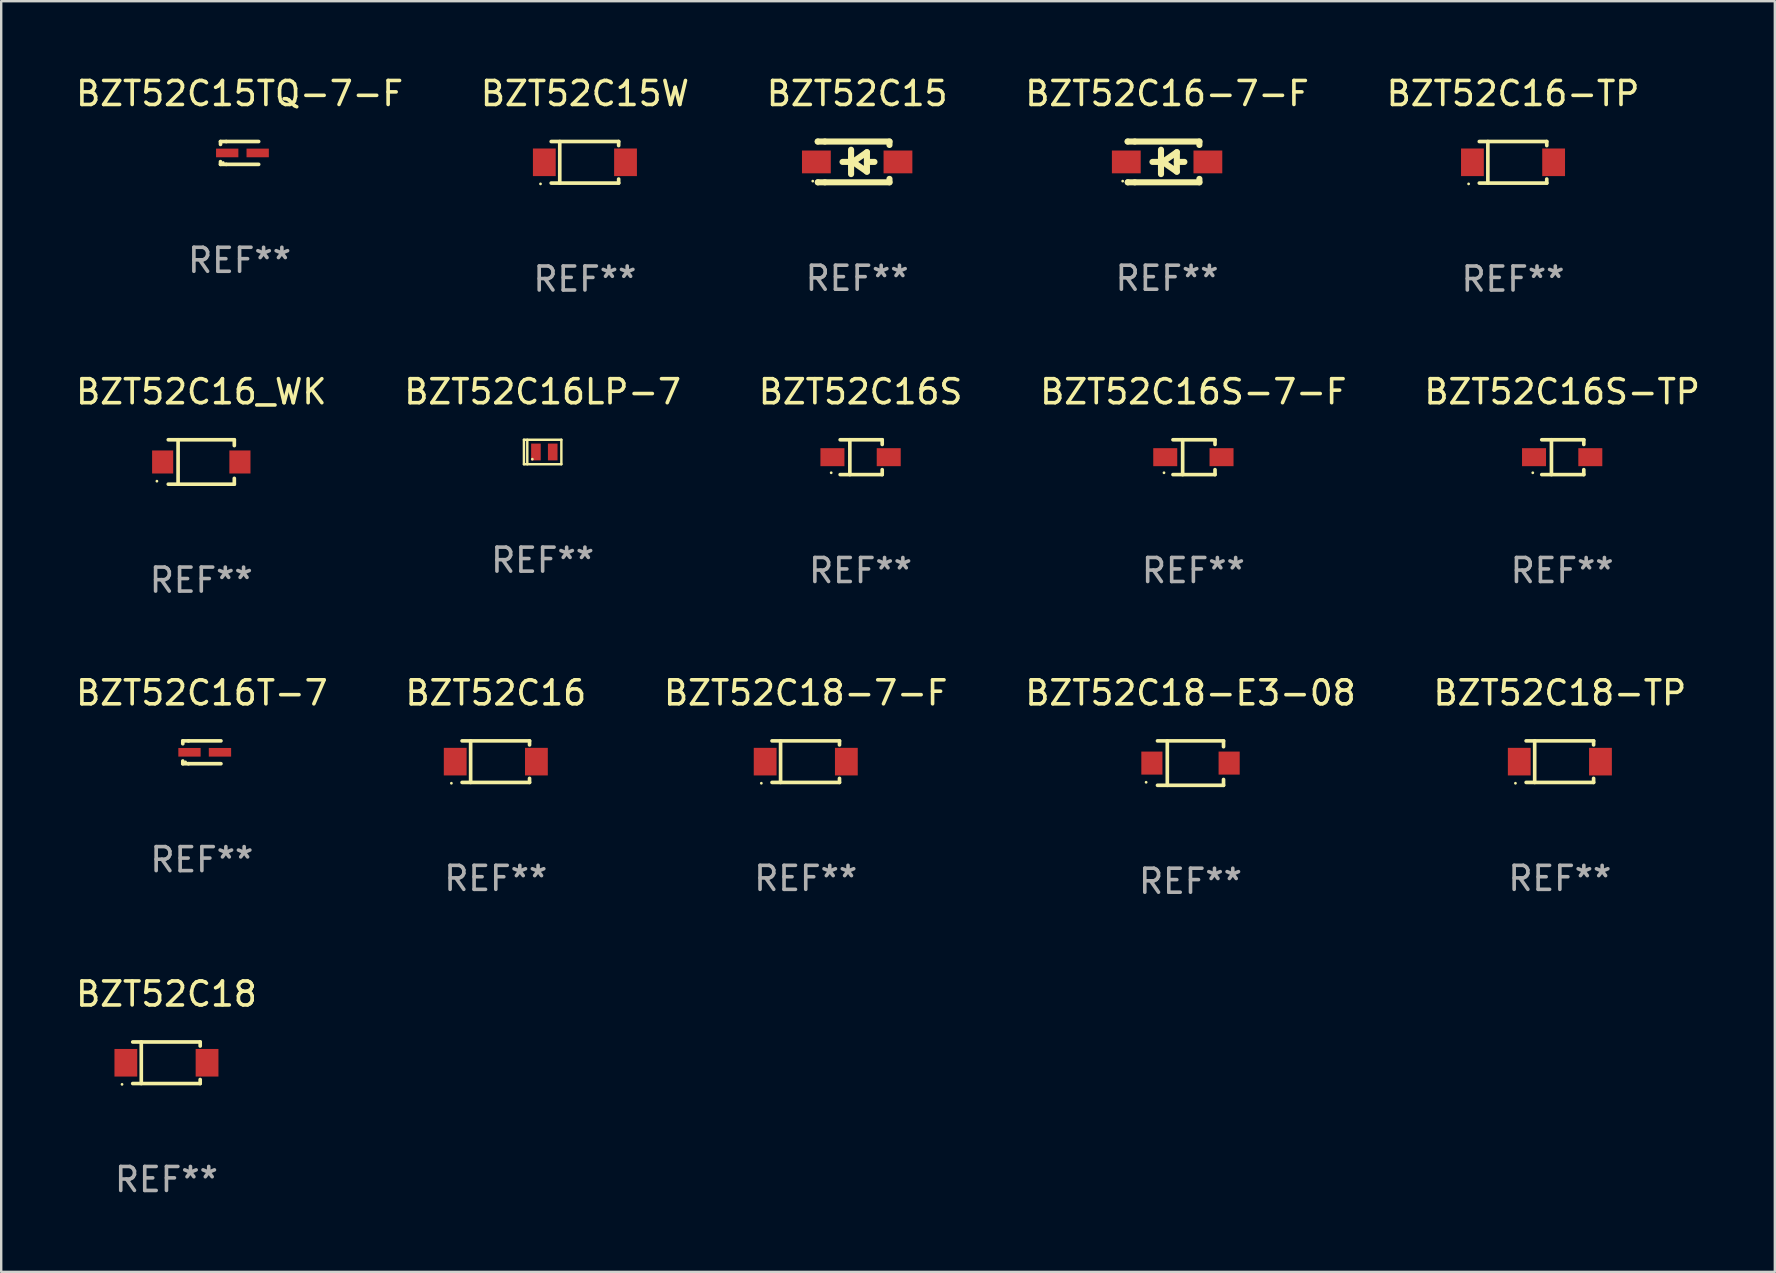
<source format=kicad_pcb>
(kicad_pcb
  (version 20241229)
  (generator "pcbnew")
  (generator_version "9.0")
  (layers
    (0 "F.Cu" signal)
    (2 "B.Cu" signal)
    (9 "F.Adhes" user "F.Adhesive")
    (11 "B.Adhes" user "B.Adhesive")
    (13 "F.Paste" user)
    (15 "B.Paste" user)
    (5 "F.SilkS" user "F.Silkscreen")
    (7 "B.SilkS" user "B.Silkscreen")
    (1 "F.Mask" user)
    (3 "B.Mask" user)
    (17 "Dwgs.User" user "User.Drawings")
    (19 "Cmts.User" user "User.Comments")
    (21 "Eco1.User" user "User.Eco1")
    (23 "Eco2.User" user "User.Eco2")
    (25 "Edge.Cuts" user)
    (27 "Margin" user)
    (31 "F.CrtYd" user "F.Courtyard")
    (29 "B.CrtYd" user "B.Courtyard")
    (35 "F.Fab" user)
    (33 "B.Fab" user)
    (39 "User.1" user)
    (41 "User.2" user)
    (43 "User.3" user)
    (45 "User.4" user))
  (footprint "BZT52C18"
    (layer "F.Cu")
    (at 3.887 41.241)
    (property "Reference" "BZT52C18" (at 0 -2.866 0) (layer "F.SilkS") (effects (font (size 1 1) (thickness 0.15))))
    (attr through_hole)
    (fp_line (start -1.406 -0.866) (end 1.406 -0.866) (stroke (width 0.152) (type solid)) (layer "F.SilkS"))
    (fp_line (start -1.406 0.866) (end 1.406 0.866) (stroke (width 0.152) (type solid)) (layer "F.SilkS"))
    (fp_line (start -1.049 -0.866) (end -1.049 0.866) (stroke (width 0.152) (type solid)) (layer "F.SilkS"))
    (fp_line (start 1.406 -0.866) (end 1.406 -0.698) (stroke (width 0.152) (type solid)) (layer "F.SilkS"))
    (fp_line (start 1.406 0.866) (end 1.406 0.698) (stroke (width 0.152) (type solid)) (layer "F.SilkS"))
    (fp_circle (center -1.851 0.9) (end -1.821 0.9) (stroke (width 0.06) (type solid)) (fill no) (layer "F.SilkS"))
    (fp_text user "REF**" (at 0 4.866 0) (layer "F.Fab") (effects (font (size 1 1) (thickness 0.15))))
    (pad "1" smd rect (at -1.692 0) (size 0.95 1.15) (layers "F.Cu" "F.Mask" "F.Paste"))
    (pad "2" smd rect (at 1.692 0) (size 0.95 1.15) (layers "F.Cu" "F.Mask" "F.Paste")))
  (footprint "BZT52C15W"
    (layer "F.Cu")
    (at 21.327 3.714)
    (property "Reference" "BZT52C15W" (at 0 -2.866 0) (layer "F.SilkS") (effects (font (size 1 1) (thickness 0.15))))
    (attr through_hole)
    (fp_line (start -1.406 -0.866) (end 1.406 -0.866) (stroke (width 0.152) (type solid)) (layer "F.SilkS"))
    (fp_line (start -1.406 0.866) (end 1.406 0.866) (stroke (width 0.152) (type solid)) (layer "F.SilkS"))
    (fp_line (start -1.049 -0.866) (end -1.049 0.866) (stroke (width 0.152) (type solid)) (layer "F.SilkS"))
    (fp_line (start 1.406 -0.866) (end 1.406 -0.698) (stroke (width 0.152) (type solid)) (layer "F.SilkS"))
    (fp_line (start 1.406 0.866) (end 1.406 0.698) (stroke (width 0.152) (type solid)) (layer "F.SilkS"))
    (fp_circle (center -1.851 0.9) (end -1.821 0.9) (stroke (width 0.06) (type solid)) (fill no) (layer "F.SilkS"))
    (fp_text user "REF**" (at 0 4.866 0) (layer "F.Fab") (effects (font (size 1 1) (thickness 0.15))))
    (pad "1" smd rect (at -1.692 0) (size 0.95 1.15) (layers "F.Cu" "F.Mask" "F.Paste"))
    (pad "2" smd rect (at 1.692 0) (size 0.95 1.15) (layers "F.Cu" "F.Mask" "F.Paste")))
  (footprint "BZT52C16S-7-F"
    (layer "F.Cu")
    (at 46.685 16.003)
    (property "Reference" "BZT52C16S-7-F" (at 0 -2.726 0) (layer "F.SilkS") (effects (font (size 1 1) (thickness 0.15))))
    (attr through_hole)
    (fp_line (start -0.851 -0.726) (end 0.901 -0.726) (stroke (width 0.152) (type solid)) (layer "F.SilkS"))
    (fp_line (start -0.851 0.726) (end 0.901 0.726) (stroke (width 0.152) (type solid)) (layer "F.SilkS"))
    (fp_line (start -0.447 -0.726) (end -0.447 0.726) (stroke (width 0.152) (type solid)) (layer "F.SilkS"))
    (fp_line (start 0.901 -0.726) (end 0.901 -0.53) (stroke (width 0.152) (type solid)) (layer "F.SilkS"))
    (fp_line (start 0.901 0.726) (end 0.901 0.52) (stroke (width 0.152) (type solid)) (layer "F.SilkS"))
    (fp_circle (center -1.225 0.65) (end -1.195 0.65) (stroke (width 0.06) (type solid)) (fill no) (layer "F.SilkS"))
    (fp_text user "REF**" (at 0 4.726 0) (layer "F.Fab") (effects (font (size 1 1) (thickness 0.15))))
    (pad "1" smd rect (at -1.173 0) (size 1 0.75) (layers "F.Cu" "F.Mask" "F.Paste"))
    (pad "2" smd rect (at 1.173 0) (size 1 0.75) (layers "F.Cu" "F.Mask" "F.Paste")))
  (footprint "BZT52C15"
    (layer "F.Cu")
    (at 32.673 3.698)
    (property "Reference" "BZT52C15" (at 0 -2.85 0) (layer "F.SilkS") (effects (font (size 1 1) (thickness 0.15))))
    (attr through_hole)
    (fp_line (start -1.643 -0.85) (end -1.644 -0.849) (stroke (width 0.254) (type solid)) (layer "F.SilkS"))
    (fp_line (start -1.638 0.85) (end -1.639 0.849) (stroke (width 0.254) (type solid)) (layer "F.SilkS"))
    (fp_line (start -1.346 -0.85) (end -1.643 -0.85) (stroke (width 0.254) (type solid)) (layer "F.SilkS"))
    (fp_line (start -1.346 -0.85) (end 1.346 -0.85) (stroke (width 0.254) (type solid)) (layer "F.SilkS"))
    (fp_line (start -1.346 0.85) (end -1.638 0.85) (stroke (width 0.254) (type solid)) (layer "F.SilkS"))
    (fp_line (start -0.28 0) (end -0.61 0) (stroke (width 0.254) (type solid)) (layer "F.SilkS"))
    (fp_line (start -0.254 -0.508) (end -0.254 0.508) (stroke (width 0.254) (type solid)) (layer "F.SilkS"))
    (fp_line (start -0.178 0) (end 0.406 -0.406) (stroke (width 0.254) (type solid)) (layer "F.SilkS"))
    (fp_line (start 0.406 -0.406) (end 0.406 0.406) (stroke (width 0.254) (type solid)) (layer "F.SilkS"))
    (fp_line (start 0.406 -0.000254) (end 0.72 -0.000254) (stroke (width 0.254) (type solid)) (layer "F.SilkS"))
    (fp_line (start 0.406 0.406) (end -0.178 0) (stroke (width 0.254) (type solid)) (layer "F.SilkS"))
    (fp_line (start 1.346 -0.85) (end 1.346 -0.706) (stroke (width 0.254) (type solid)) (layer "F.SilkS"))
    (fp_line (start 1.346 0.706) (end 1.346 0.85) (stroke (width 0.254) (type solid)) (layer "F.SilkS"))
    (fp_line (start 1.346 0.85) (end -1.346 0.85) (stroke (width 0.254) (type solid)) (layer "F.SilkS"))
    (fp_circle (center -1.85 0.8) (end -1.82 0.8) (stroke (width 0.06) (type solid)) (fill no) (layer "F.SilkS"))
    (fp_text user "REF**" (at 0 4.85 0) (layer "F.Fab") (effects (font (size 1 1) (thickness 0.15))))
    (pad "1" smd rect (at -1.7 0) (size 1.2 0.95) (layers "F.Cu" "F.Mask" "F.Paste"))
    (pad "2" smd rect (at 1.7 0) (size 1.2 0.95) (layers "F.Cu" "F.Mask" "F.Paste")))
  (footprint "BZT52C16"
    (layer "F.Cu")
    (at 17.613 28.692)
    (property "Reference" "BZT52C16" (at 0 -2.866 0) (layer "F.SilkS") (effects (font (size 1 1) (thickness 0.15))))
    (attr through_hole)
    (fp_line (start -1.406 -0.866) (end 1.406 -0.866) (stroke (width 0.152) (type solid)) (layer "F.SilkS"))
    (fp_line (start -1.406 0.866) (end 1.406 0.866) (stroke (width 0.152) (type solid)) (layer "F.SilkS"))
    (fp_line (start -1.049 -0.866) (end -1.049 0.866) (stroke (width 0.152) (type solid)) (layer "F.SilkS"))
    (fp_line (start 1.406 -0.866) (end 1.406 -0.698) (stroke (width 0.152) (type solid)) (layer "F.SilkS"))
    (fp_line (start 1.406 0.866) (end 1.406 0.698) (stroke (width 0.152) (type solid)) (layer "F.SilkS"))
    (fp_circle (center -1.851 0.9) (end -1.821 0.9) (stroke (width 0.06) (type solid)) (fill no) (layer "F.SilkS"))
    (fp_text user "REF**" (at 0 4.866 0) (layer "F.Fab") (effects (font (size 1 1) (thickness 0.15))))
    (pad "1" smd rect (at -1.692 0) (size 0.95 1.15) (layers "F.Cu" "F.Mask" "F.Paste"))
    (pad "2" smd rect (at 1.692 0) (size 0.95 1.15) (layers "F.Cu" "F.Mask" "F.Paste")))
  (footprint "BZT52C18-TP"
    (layer "F.Cu")
    (at 61.958 28.692)
    (property "Reference" "BZT52C18-TP" (at 0 -2.866 0) (layer "F.SilkS") (effects (font (size 1 1) (thickness 0.15))))
    (attr through_hole)
    (fp_line (start -1.406 -0.866) (end 1.406 -0.866) (stroke (width 0.152) (type solid)) (layer "F.SilkS"))
    (fp_line (start -1.406 0.866) (end 1.406 0.866) (stroke (width 0.152) (type solid)) (layer "F.SilkS"))
    (fp_line (start -1.049 -0.866) (end -1.049 0.866) (stroke (width 0.152) (type solid)) (layer "F.SilkS"))
    (fp_line (start 1.406 -0.866) (end 1.406 -0.698) (stroke (width 0.152) (type solid)) (layer "F.SilkS"))
    (fp_line (start 1.406 0.866) (end 1.406 0.698) (stroke (width 0.152) (type solid)) (layer "F.SilkS"))
    (fp_circle (center -1.851 0.9) (end -1.821 0.9) (stroke (width 0.06) (type solid)) (fill no) (layer "F.SilkS"))
    (fp_text user "REF**" (at 0 4.866 0) (layer "F.Fab") (effects (font (size 1 1) (thickness 0.15))))
    (pad "1" smd rect (at -1.692 0) (size 0.95 1.15) (layers "F.Cu" "F.Mask" "F.Paste"))
    (pad "2" smd rect (at 1.692 0) (size 0.95 1.15) (layers "F.Cu" "F.Mask" "F.Paste")))
  (footprint "BZT52C15TQ-7-F"
    (layer "F.Cu")
    (at 6.935 3.324)
    (property "Reference" "BZT52C15TQ-7-F" (at 0 -2.476 0) (layer "F.SilkS") (effects (font (size 1 1) (thickness 0.15))))
    (attr through_hole)
    (fp_line (start -0.795 -0.476) (end -0.795 -0.356) (stroke (width 0.152) (type solid)) (layer "F.SilkS"))
    (fp_line (start -0.795 0.363) (end -0.795 0.476) (stroke (width 0.152) (type solid)) (layer "F.SilkS"))
    (fp_line (start -0.795 0.476) (end -0.557 0.476) (stroke (width 0.152) (type solid)) (layer "F.SilkS"))
    (fp_line (start -0.557 -0.476) (end -0.795 -0.476) (stroke (width 0.152) (type solid)) (layer "F.SilkS"))
    (fp_line (start -0.557 -0.476) (end 0.795 -0.476) (stroke (width 0.152) (type solid)) (layer "F.SilkS"))
    (fp_line (start -0.557 0.476) (end 0.795 0.476) (stroke (width 0.152) (type solid)) (layer "F.SilkS"))
    (fp_circle (center -0.681 0.4) (end -0.651 0.4) (stroke (width 0.06) (type solid)) (fill no) (layer "F.SilkS"))
    (fp_text user "REF**" (at 0 4.476 0) (layer "F.Fab") (effects (font (size 1 1) (thickness 0.15))))
    (pad "1" smd rect (at -0.516 0 180) (size 0.93 0.36) (layers "F.Cu" "F.Mask" "F.Paste"))
    (pad "2" smd rect (at 0.754 0 180) (size 0.93 0.36) (layers "F.Cu" "F.Mask" "F.Paste")))
  (footprint "BZT52C16T-7"
    (layer "F.Cu")
    (at 5.363 28.302)
    (property "Reference" "BZT52C16T-7" (at 0 -2.476 0) (layer "F.SilkS") (effects (font (size 1 1) (thickness 0.15))))
    (attr through_hole)
    (fp_line (start -0.795 -0.476) (end -0.795 -0.356) (stroke (width 0.152) (type solid)) (layer "F.SilkS"))
    (fp_line (start -0.795 0.363) (end -0.795 0.476) (stroke (width 0.152) (type solid)) (layer "F.SilkS"))
    (fp_line (start -0.795 0.476) (end -0.557 0.476) (stroke (width 0.152) (type solid)) (layer "F.SilkS"))
    (fp_line (start -0.557 -0.476) (end -0.795 -0.476) (stroke (width 0.152) (type solid)) (layer "F.SilkS"))
    (fp_line (start -0.557 -0.476) (end 0.795 -0.476) (stroke (width 0.152) (type solid)) (layer "F.SilkS"))
    (fp_line (start -0.557 0.476) (end 0.795 0.476) (stroke (width 0.152) (type solid)) (layer "F.SilkS"))
    (fp_circle (center -0.681 0.4) (end -0.651 0.4) (stroke (width 0.06) (type solid)) (fill no) (layer "F.SilkS"))
    (fp_text user "REF**" (at 0 4.476 0) (layer "F.Fab") (effects (font (size 1 1) (thickness 0.15))))
    (pad "1" smd rect (at -0.516 0 180) (size 0.93 0.36) (layers "F.Cu" "F.Mask" "F.Paste"))
    (pad "2" smd rect (at 0.754 0 180) (size 0.93 0.36) (layers "F.Cu" "F.Mask" "F.Paste")))
  (footprint "BZT52C18-E3-08"
    (layer "F.Cu")
    (at 46.565 28.752)
    (property "Reference" "BZT52C18-E3-08" (at 0 -2.926 0) (layer "F.SilkS") (effects (font (size 1 1) (thickness 0.15))))
    (attr through_hole)
    (fp_line (start -1.376 -0.926) (end 1.376 -0.926) (stroke (width 0.152) (type solid)) (layer "F.SilkS"))
    (fp_line (start -1.376 0.926) (end 1.376 0.926) (stroke (width 0.152) (type solid)) (layer "F.SilkS"))
    (fp_line (start -0.967 -0.926) (end -0.967 0.926) (stroke (width 0.152) (type solid)) (layer "F.SilkS"))
    (fp_line (start 1.376 -0.926) (end 1.376 -0.683) (stroke (width 0.152) (type solid)) (layer "F.SilkS"))
    (fp_line (start 1.376 0.926) (end 1.376 0.683) (stroke (width 0.152) (type solid)) (layer "F.SilkS"))
    (fp_circle (center -1.85 0.8) (end -1.82 0.8) (stroke (width 0.06) (type solid)) (fill no) (layer "F.SilkS"))
    (fp_text user "REF**" (at 0 4.926 0) (layer "F.Fab") (effects (font (size 1 1) (thickness 0.15))))
    (pad "1" smd rect (at -1.61 0) (size 0.88 0.96) (layers "F.Cu" "F.Mask" "F.Paste"))
    (pad "2" smd rect (at 1.61 0) (size 0.88 0.96) (layers "F.Cu" "F.Mask" "F.Paste")))
  (footprint "BZT52C16-7-F"
    (layer "F.Cu")
    (at 45.589 3.698)
    (property "Reference" "BZT52C16-7-F" (at 0 -2.85 0) (layer "F.SilkS") (effects (font (size 1 1) (thickness 0.15))))
    (attr through_hole)
    (fp_line (start -1.643 -0.85) (end -1.644 -0.849) (stroke (width 0.254) (type solid)) (layer "F.SilkS"))
    (fp_line (start -1.638 0.85) (end -1.639 0.849) (stroke (width 0.254) (type solid)) (layer "F.SilkS"))
    (fp_line (start -1.346 -0.85) (end -1.643 -0.85) (stroke (width 0.254) (type solid)) (layer "F.SilkS"))
    (fp_line (start -1.346 -0.85) (end 1.346 -0.85) (stroke (width 0.254) (type solid)) (layer "F.SilkS"))
    (fp_line (start -1.346 0.85) (end -1.638 0.85) (stroke (width 0.254) (type solid)) (layer "F.SilkS"))
    (fp_line (start -0.28 0) (end -0.61 0) (stroke (width 0.254) (type solid)) (layer "F.SilkS"))
    (fp_line (start -0.254 -0.508) (end -0.254 0.508) (stroke (width 0.254) (type solid)) (layer "F.SilkS"))
    (fp_line (start -0.178 0) (end 0.406 -0.406) (stroke (width 0.254) (type solid)) (layer "F.SilkS"))
    (fp_line (start 0.406 -0.406) (end 0.406 0.406) (stroke (width 0.254) (type solid)) (layer "F.SilkS"))
    (fp_line (start 0.406 -0.000254) (end 0.72 -0.000254) (stroke (width 0.254) (type solid)) (layer "F.SilkS"))
    (fp_line (start 0.406 0.406) (end -0.178 0) (stroke (width 0.254) (type solid)) (layer "F.SilkS"))
    (fp_line (start 1.346 -0.85) (end 1.346 -0.706) (stroke (width 0.254) (type solid)) (layer "F.SilkS"))
    (fp_line (start 1.346 0.706) (end 1.346 0.85) (stroke (width 0.254) (type solid)) (layer "F.SilkS"))
    (fp_line (start 1.346 0.85) (end -1.346 0.85) (stroke (width 0.254) (type solid)) (layer "F.SilkS"))
    (fp_circle (center -1.85 0.8) (end -1.82 0.8) (stroke (width 0.06) (type solid)) (fill no) (layer "F.SilkS"))
    (fp_text user "REF**" (at 0 4.85 0) (layer "F.Fab") (effects (font (size 1 1) (thickness 0.15))))
    (pad "1" smd rect (at -1.7 0) (size 1.2 0.95) (layers "F.Cu" "F.Mask" "F.Paste"))
    (pad "2" smd rect (at 1.7 0) (size 1.2 0.95) (layers "F.Cu" "F.Mask" "F.Paste")))
  (footprint "BZT52C16S-TP"
    (layer "F.Cu")
    (at 62.054 16.003)
    (property "Reference" "BZT52C16S-TP" (at 0 -2.726 0) (layer "F.SilkS") (effects (font (size 1 1) (thickness 0.15))))
    (attr through_hole)
    (fp_line (start -0.851 -0.726) (end 0.901 -0.726) (stroke (width 0.152) (type solid)) (layer "F.SilkS"))
    (fp_line (start -0.851 0.726) (end 0.901 0.726) (stroke (width 0.152) (type solid)) (layer "F.SilkS"))
    (fp_line (start -0.447 -0.726) (end -0.447 0.726) (stroke (width 0.152) (type solid)) (layer "F.SilkS"))
    (fp_line (start 0.901 -0.726) (end 0.901 -0.53) (stroke (width 0.152) (type solid)) (layer "F.SilkS"))
    (fp_line (start 0.901 0.726) (end 0.901 0.52) (stroke (width 0.152) (type solid)) (layer "F.SilkS"))
    (fp_circle (center -1.225 0.65) (end -1.195 0.65) (stroke (width 0.06) (type solid)) (fill no) (layer "F.SilkS"))
    (fp_text user "REF**" (at 0 4.726 0) (layer "F.Fab") (effects (font (size 1 1) (thickness 0.15))))
    (pad "1" smd rect (at -1.173 0) (size 1 0.75) (layers "F.Cu" "F.Mask" "F.Paste"))
    (pad "2" smd rect (at 1.173 0) (size 1 0.75) (layers "F.Cu" "F.Mask" "F.Paste")))
  (footprint "BZT52C16-TP"
    (layer "F.Cu")
    (at 60.006 3.714)
    (property "Reference" "BZT52C16-TP" (at 0 -2.866 0) (layer "F.SilkS") (effects (font (size 1 1) (thickness 0.15))))
    (attr through_hole)
    (fp_line (start -1.406 -0.866) (end 1.406 -0.866) (stroke (width 0.152) (type solid)) (layer "F.SilkS"))
    (fp_line (start -1.406 0.866) (end 1.406 0.866) (stroke (width 0.152) (type solid)) (layer "F.SilkS"))
    (fp_line (start -1.049 -0.866) (end -1.049 0.866) (stroke (width 0.152) (type solid)) (layer "F.SilkS"))
    (fp_line (start 1.406 -0.866) (end 1.406 -0.698) (stroke (width 0.152) (type solid)) (layer "F.SilkS"))
    (fp_line (start 1.406 0.866) (end 1.406 0.698) (stroke (width 0.152) (type solid)) (layer "F.SilkS"))
    (fp_circle (center -1.851 0.9) (end -1.821 0.9) (stroke (width 0.06) (type solid)) (fill no) (layer "F.SilkS"))
    (fp_text user "REF**" (at 0 4.866 0) (layer "F.Fab") (effects (font (size 1 1) (thickness 0.15))))
    (pad "1" smd rect (at -1.692 0) (size 0.95 1.15) (layers "F.Cu" "F.Mask" "F.Paste"))
    (pad "2" smd rect (at 1.692 0) (size 0.95 1.15) (layers "F.Cu" "F.Mask" "F.Paste")))
  (footprint "BZT52C16LP-7"
    (layer "F.Cu")
    (at 19.565 15.787)
    (property "Reference" "BZT52C16LP-7" (at 0 -2.51 0) (layer "F.SilkS") (effects (font (size 1 1) (thickness 0.15))))
    (attr through_hole)
    (fp_line (start -0.78 -0.51) (end -0.78 0.51) (stroke (width 0.102) (type solid)) (layer "F.SilkS"))
    (fp_line (start -0.78 -0.51) (end 0.78 -0.51) (stroke (width 0.102) (type solid)) (layer "F.SilkS"))
    (fp_line (start -0.78 0.51) (end 0.78 0.51) (stroke (width 0.102) (type solid)) (layer "F.SilkS"))
    (fp_line (start -0.64 -0.51) (end -0.64 0.51) (stroke (width 0.102) (type solid)) (layer "F.SilkS"))
    (fp_line (start 0.78 -0.51) (end 0.78 0.51) (stroke (width 0.102) (type solid)) (layer "F.SilkS"))
    (fp_circle (center -0.43 0.3) (end -0.4 0.3) (stroke (width 0.06) (type solid)) (fill no) (layer "F.SilkS"))
    (fp_text user "REF**" (at 0 4.51 0) (layer "F.Fab") (effects (font (size 1 1) (thickness 0.15))))
    (pad "1" smd rect (at -0.28 0) (size 0.4 0.7) (layers "F.Cu" "F.Mask" "F.Paste"))
    (pad "2" smd rect (at 0.42 0) (size 0.4 0.7) (layers "F.Cu" "F.Mask" "F.Paste")))
  (footprint "BZT52C18-7-F"
    (layer "F.Cu")
    (at 30.53 28.692)
    (property "Reference" "BZT52C18-7-F" (at 0 -2.866 0) (layer "F.SilkS") (effects (font (size 1 1) (thickness 0.15))))
    (attr through_hole)
    (fp_line (start -1.406 -0.866) (end 1.406 -0.866) (stroke (width 0.152) (type solid)) (layer "F.SilkS"))
    (fp_line (start -1.406 0.866) (end 1.406 0.866) (stroke (width 0.152) (type solid)) (layer "F.SilkS"))
    (fp_line (start -1.049 -0.866) (end -1.049 0.866) (stroke (width 0.152) (type solid)) (layer "F.SilkS"))
    (fp_line (start 1.406 -0.866) (end 1.406 -0.698) (stroke (width 0.152) (type solid)) (layer "F.SilkS"))
    (fp_line (start 1.406 0.866) (end 1.406 0.698) (stroke (width 0.152) (type solid)) (layer "F.SilkS"))
    (fp_circle (center -1.851 0.9) (end -1.821 0.9) (stroke (width 0.06) (type solid)) (fill no) (layer "F.SilkS"))
    (fp_text user "REF**" (at 0 4.866 0) (layer "F.Fab") (effects (font (size 1 1) (thickness 0.15))))
    (pad "1" smd rect (at -1.692 0) (size 0.95 1.15) (layers "F.Cu" "F.Mask" "F.Paste"))
    (pad "2" smd rect (at 1.692 0) (size 0.95 1.15) (layers "F.Cu" "F.Mask" "F.Paste")))
  (footprint "BZT52C16_WK"
    (layer "F.Cu")
    (at 5.339 16.203)
    (property "Reference" "BZT52C16_WK" (at 0 -2.926 0) (layer "F.SilkS") (effects (font (size 1 1) (thickness 0.15))))
    (attr through_hole)
    (fp_line (start -1.376 -0.926) (end 1.376 -0.926) (stroke (width 0.152) (type solid)) (layer "F.SilkS"))
    (fp_line (start -1.376 0.926) (end 1.376 0.926) (stroke (width 0.152) (type solid)) (layer "F.SilkS"))
    (fp_line (start -0.967 -0.926) (end -0.967 0.926) (stroke (width 0.152) (type solid)) (layer "F.SilkS"))
    (fp_line (start 1.376 -0.926) (end 1.376 -0.683) (stroke (width 0.152) (type solid)) (layer "F.SilkS"))
    (fp_line (start 1.376 0.926) (end 1.376 0.683) (stroke (width 0.152) (type solid)) (layer "F.SilkS"))
    (fp_circle (center -1.85 0.8) (end -1.82 0.8) (stroke (width 0.06) (type solid)) (fill no) (layer "F.SilkS"))
    (fp_text user "REF**" (at 0 4.926 0) (layer "F.Fab") (effects (font (size 1 1) (thickness 0.15))))
    (pad "1" smd rect (at -1.61 0) (size 0.88 0.96) (layers "F.Cu" "F.Mask" "F.Paste"))
    (pad "2" smd rect (at 1.61 0) (size 0.88 0.96) (layers "F.Cu" "F.Mask" "F.Paste")))
  (footprint "BZT52C16S"
    (layer "F.Cu")
    (at 32.815 16.003)
    (property "Reference" "BZT52C16S" (at 0 -2.726 0) (layer "F.SilkS") (effects (font (size 1 1) (thickness 0.15))))
    (attr through_hole)
    (fp_line (start -0.851 -0.726) (end 0.901 -0.726) (stroke (width 0.152) (type solid)) (layer "F.SilkS"))
    (fp_line (start -0.851 0.726) (end 0.901 0.726) (stroke (width 0.152) (type solid)) (layer "F.SilkS"))
    (fp_line (start -0.447 -0.726) (end -0.447 0.726) (stroke (width 0.152) (type solid)) (layer "F.SilkS"))
    (fp_line (start 0.901 -0.726) (end 0.901 -0.53) (stroke (width 0.152) (type solid)) (layer "F.SilkS"))
    (fp_line (start 0.901 0.726) (end 0.901 0.52) (stroke (width 0.152) (type solid)) (layer "F.SilkS"))
    (fp_circle (center -1.225 0.65) (end -1.195 0.65) (stroke (width 0.06) (type solid)) (fill no) (layer "F.SilkS"))
    (fp_text user "REF**" (at 0 4.726 0) (layer "F.Fab") (effects (font (size 1 1) (thickness 0.15))))
    (pad "1" smd rect (at -1.173 0) (size 1 0.75) (layers "F.Cu" "F.Mask" "F.Paste"))
    (pad "2" smd rect (at 1.173 0) (size 1 0.75) (layers "F.Cu" "F.Mask" "F.Paste")))
  (gr_rect
    (start -3 -3)
    (end 70.917 49.956)
    (stroke (width 0.1) (type default))
    (fill no)
    (layer "Edge.Cuts")))
</source>
